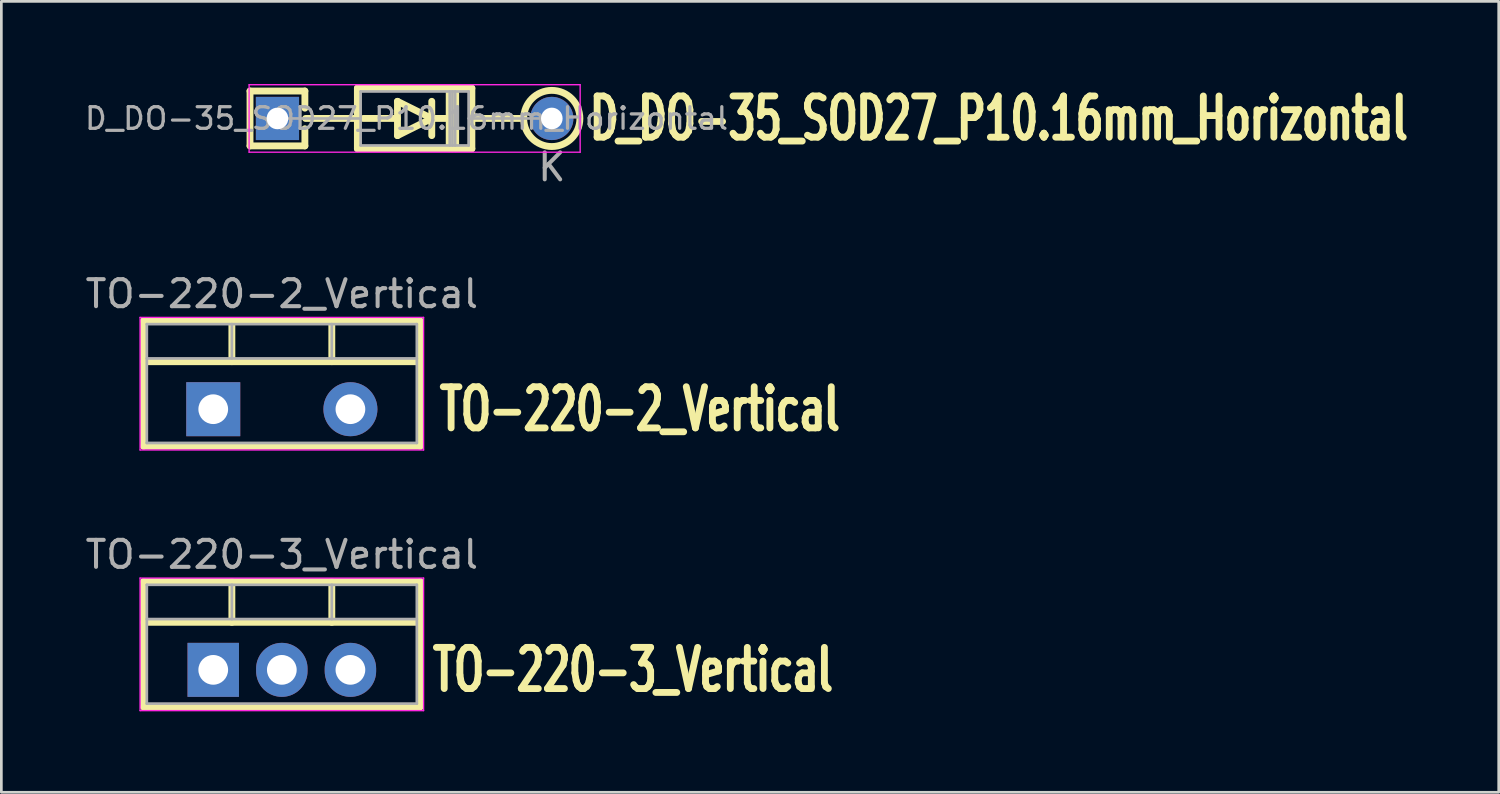
<source format=kicad_pcb>
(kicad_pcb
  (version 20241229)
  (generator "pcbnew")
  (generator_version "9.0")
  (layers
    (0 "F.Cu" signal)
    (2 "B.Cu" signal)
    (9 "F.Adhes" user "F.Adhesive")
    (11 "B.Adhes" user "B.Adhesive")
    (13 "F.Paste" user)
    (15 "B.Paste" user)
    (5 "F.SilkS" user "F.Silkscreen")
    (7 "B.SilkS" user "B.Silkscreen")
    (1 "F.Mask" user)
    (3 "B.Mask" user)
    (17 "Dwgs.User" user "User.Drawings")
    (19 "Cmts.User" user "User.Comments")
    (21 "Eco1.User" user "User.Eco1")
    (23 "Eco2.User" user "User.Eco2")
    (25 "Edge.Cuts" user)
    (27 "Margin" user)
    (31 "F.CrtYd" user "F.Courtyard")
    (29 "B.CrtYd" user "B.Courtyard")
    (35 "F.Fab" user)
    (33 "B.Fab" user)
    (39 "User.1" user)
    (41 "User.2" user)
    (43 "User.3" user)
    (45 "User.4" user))
  (footprint "D_DO-35_SOD27_P10.16mm_Horizontal"
    (layer "F.Cu")
    (at 7.225 1.337)
    (property "Reference" "D_DO-35_SOD27_P10.16mm_Horizontal" (at 11.43 0 0) (layer "F.SilkS") (effects (font (size 1.524 1.016) (thickness 0.254)) (justify left)))
    (attr through_hole)
    (fp_line (start -1.016 -1.016) (end -1.016 1.016) (stroke (width 0.254) (type solid)) (layer "F.SilkS"))
    (fp_line (start -1.016 1.016) (end 1.016 1.016) (stroke (width 0.254) (type solid)) (layer "F.SilkS"))
    (fp_line (start 1.016 -1.016) (end -1.016 -1.016) (stroke (width 0.254) (type solid)) (layer "F.SilkS"))
    (fp_line (start 1.016 -0.381) (end 1.016 -1.016) (stroke (width 0.254) (type solid)) (layer "F.SilkS"))
    (fp_line (start 1.016 1.016) (end 1.016 0.381) (stroke (width 0.254) (type solid)) (layer "F.SilkS"))
    (fp_line (start 1.04 0) (end 2.96 0) (stroke (width 0.254) (type solid)) (layer "F.SilkS"))
    (fp_line (start 2.96 -1.12) (end 2.96 1.12) (stroke (width 0.254) (type solid)) (layer "F.SilkS"))
    (fp_line (start 2.96 1.12) (end 7.2 1.12) (stroke (width 0.254) (type solid)) (layer "F.SilkS"))
    (fp_line (start 4.445 -0.635) (end 5.715 0) (stroke (width 0.254) (type solid)) (layer "F.SilkS"))
    (fp_line (start 4.445 0) (end 3.175 0) (stroke (width 0.254) (type solid)) (layer "F.SilkS"))
    (fp_line (start 4.445 0.635) (end 4.445 -0.635) (stroke (width 0.254) (type solid)) (layer "F.SilkS"))
    (fp_line (start 5.715 0) (end 4.445 0.635) (stroke (width 0.254) (type solid)) (layer "F.SilkS"))
    (fp_line (start 5.715 0) (end 6.36 0) (stroke (width 0.254) (type solid)) (layer "F.SilkS"))
    (fp_line (start 5.715 0.635) (end 5.715 -0.635) (stroke (width 0.254) (type solid)) (layer "F.SilkS"))
    (fp_line (start 6.36 1.12) (end 6.36 -1.12) (stroke (width 0.254) (type solid)) (layer "F.SilkS"))
    (fp_line (start 6.48 1.12) (end 6.48 -1.12) (stroke (width 0.254) (type solid)) (layer "F.SilkS"))
    (fp_line (start 6.6 1.12) (end 6.6 -1.12) (stroke (width 0.254) (type solid)) (layer "F.SilkS"))
    (fp_line (start 7.2 -1.12) (end 2.96 -1.12) (stroke (width 0.254) (type solid)) (layer "F.SilkS"))
    (fp_line (start 7.2 1.12) (end 7.2 -1.12) (stroke (width 0.254) (type solid)) (layer "F.SilkS"))
    (fp_line (start 9.12 0) (end 7.2 0) (stroke (width 0.254) (type solid)) (layer "F.SilkS"))
    (fp_circle (center 10.16 0) (end 9.12 0) (stroke (width 0.254) (type solid)) (fill no) (layer "F.SilkS"))
    (fp_line (start -1.05 -1.25) (end -1.05 1.25) (stroke (width 0.05) (type solid)) (layer "F.CrtYd"))
    (fp_line (start -1.05 1.25) (end 11.21 1.25) (stroke (width 0.05) (type solid)) (layer "F.CrtYd"))
    (fp_line (start 11.21 -1.25) (end -1.05 -1.25) (stroke (width 0.05) (type solid)) (layer "F.CrtYd"))
    (fp_line (start 11.21 1.25) (end 11.21 -1.25) (stroke (width 0.05) (type solid)) (layer "F.CrtYd"))
    (fp_line (start 0 0) (end 3.08 0) (stroke (width 0.1) (type solid)) (layer "F.Fab"))
    (fp_line (start 3.08 -1) (end 3.08 1) (stroke (width 0.1) (type solid)) (layer "F.Fab"))
    (fp_line (start 3.08 1) (end 7.08 1) (stroke (width 0.1) (type solid)) (layer "F.Fab"))
    (fp_line (start 6.38 1) (end 6.38 -1) (stroke (width 0.1) (type solid)) (layer "F.Fab"))
    (fp_line (start 6.48 1) (end 6.48 -1) (stroke (width 0.1) (type solid)) (layer "F.Fab"))
    (fp_line (start 6.58 1) (end 6.58 -1) (stroke (width 0.1) (type solid)) (layer "F.Fab"))
    (fp_line (start 7.08 -1) (end 3.08 -1) (stroke (width 0.1) (type solid)) (layer "F.Fab"))
    (fp_line (start 7.08 1) (end 7.08 -1) (stroke (width 0.1) (type solid)) (layer "F.Fab"))
    (fp_line (start 10.16 0) (end 7.08 0) (stroke (width 0.1) (type solid)) (layer "F.Fab"))
    (fp_text user "K" (at 10.16 1.8 180) (layer "F.Fab") (effects (font (size 1 1) (thickness 0.15))))
    (fp_text user "${REFERENCE}" (at 4.78 0 180) (layer "F.Fab") (effects (font (size 0.8 0.8) (thickness 0.12))))
    (pad "1" thru_hole rect (at 0 0 180) (size 1.6 1.6) (drill 0.8) (layers "*.Cu" "*.Mask"))
    (pad "2" thru_hole oval (at 10.16 0 180) (size 1.6 1.6) (drill 0.8) (layers "*.Cu" "*.Mask")))
  (footprint "TO-220-2_Vertical"
    (layer "F.Cu")
    (at 4.847 12.104)
    (property "Reference" "TO-220-2_Vertical" (at 8.255 0 0) (layer "F.SilkS") (effects (font (size 1.524 1.016) (thickness 0.254)) (justify left)))
    (attr through_hole)
    (fp_line (start -2.58 -3.27) (end -2.58 1.371) (stroke (width 0.254) (type solid)) (layer "F.SilkS"))
    (fp_line (start -2.58 -3.27) (end 7.66 -3.27) (stroke (width 0.254) (type solid)) (layer "F.SilkS"))
    (fp_line (start -2.58 -1.76) (end 7.66 -1.76) (stroke (width 0.254) (type solid)) (layer "F.SilkS"))
    (fp_line (start -2.58 1.371) (end 7.66 1.371) (stroke (width 0.254) (type solid)) (layer "F.SilkS"))
    (fp_line (start 0.69 -3.27) (end 0.69 -1.76) (stroke (width 0.254) (type solid)) (layer "F.SilkS"))
    (fp_line (start 4.391 -3.27) (end 4.391 -1.76) (stroke (width 0.254) (type solid)) (layer "F.SilkS"))
    (fp_line (start 7.66 -3.27) (end 7.66 1.371) (stroke (width 0.254) (type solid)) (layer "F.SilkS"))
    (fp_line (start -2.71 -3.4) (end -2.71 1.51) (stroke (width 0.05) (type solid)) (layer "F.CrtYd"))
    (fp_line (start -2.71 1.51) (end 7.79 1.51) (stroke (width 0.05) (type solid)) (layer "F.CrtYd"))
    (fp_line (start 7.79 -3.4) (end -2.71 -3.4) (stroke (width 0.05) (type solid)) (layer "F.CrtYd"))
    (fp_line (start 7.79 1.51) (end 7.79 -3.4) (stroke (width 0.05) (type solid)) (layer "F.CrtYd"))
    (fp_line (start -2.46 -3.15) (end -2.46 1.25) (stroke (width 0.1) (type solid)) (layer "F.Fab"))
    (fp_line (start -2.46 -1.88) (end 7.54 -1.88) (stroke (width 0.1) (type solid)) (layer "F.Fab"))
    (fp_line (start -2.46 1.25) (end 7.54 1.25) (stroke (width 0.1) (type solid)) (layer "F.Fab"))
    (fp_line (start 0.69 -3.15) (end 0.69 -1.88) (stroke (width 0.1) (type solid)) (layer "F.Fab"))
    (fp_line (start 4.39 -3.15) (end 4.39 -1.88) (stroke (width 0.1) (type solid)) (layer "F.Fab"))
    (fp_line (start 7.54 -3.15) (end -2.46 -3.15) (stroke (width 0.1) (type solid)) (layer "F.Fab"))
    (fp_line (start 7.54 1.25) (end 7.54 -3.15) (stroke (width 0.1) (type solid)) (layer "F.Fab"))
    (fp_text user "${REFERENCE}" (at 2.54 -4.27 0) (layer "F.Fab") (effects (font (size 1 1) (thickness 0.15))))
    (pad "1" thru_hole oval (at 5.08 0) (size 2 2) (drill 1.1) (layers "*.Cu" "*.Mask"))
    (pad "2" thru_hole rect (at 0 0) (size 2 2) (drill 1.1) (layers "*.Cu" "*.Mask")))
  (footprint "TO-220-3_Vertical"
    (layer "F.Cu")
    (at 4.847 21.757)
    (property "Reference" "TO-220-3_Vertical" (at 8 0 0) (layer "F.SilkS") (effects (font (size 1.524 1.016) (thickness 0.254)) (justify left)))
    (attr through_hole)
    (fp_line (start -2.58 -3.27) (end -2.58 1.371) (stroke (width 0.254) (type solid)) (layer "F.SilkS"))
    (fp_line (start -2.58 -3.27) (end 7.66 -3.27) (stroke (width 0.254) (type solid)) (layer "F.SilkS"))
    (fp_line (start -2.58 -1.76) (end 7.66 -1.76) (stroke (width 0.254) (type solid)) (layer "F.SilkS"))
    (fp_line (start -2.58 1.371) (end 7.66 1.371) (stroke (width 0.254) (type solid)) (layer "F.SilkS"))
    (fp_line (start 0.69 -3.27) (end 0.69 -1.76) (stroke (width 0.254) (type solid)) (layer "F.SilkS"))
    (fp_line (start 4.391 -3.27) (end 4.391 -1.76) (stroke (width 0.254) (type solid)) (layer "F.SilkS"))
    (fp_line (start 7.66 -3.27) (end 7.66 1.371) (stroke (width 0.254) (type solid)) (layer "F.SilkS"))
    (fp_line (start -2.71 -3.4) (end -2.71 1.51) (stroke (width 0.05) (type solid)) (layer "F.CrtYd"))
    (fp_line (start -2.71 1.51) (end 7.79 1.51) (stroke (width 0.05) (type solid)) (layer "F.CrtYd"))
    (fp_line (start 7.79 -3.4) (end -2.71 -3.4) (stroke (width 0.05) (type solid)) (layer "F.CrtYd"))
    (fp_line (start 7.79 1.51) (end 7.79 -3.4) (stroke (width 0.05) (type solid)) (layer "F.CrtYd"))
    (fp_line (start -2.46 -3.15) (end -2.46 1.25) (stroke (width 0.1) (type solid)) (layer "F.Fab"))
    (fp_line (start -2.46 -1.88) (end 7.54 -1.88) (stroke (width 0.1) (type solid)) (layer "F.Fab"))
    (fp_line (start -2.46 1.25) (end 7.54 1.25) (stroke (width 0.1) (type solid)) (layer "F.Fab"))
    (fp_line (start 0.69 -3.15) (end 0.69 -1.88) (stroke (width 0.1) (type solid)) (layer "F.Fab"))
    (fp_line (start 4.39 -3.15) (end 4.39 -1.88) (stroke (width 0.1) (type solid)) (layer "F.Fab"))
    (fp_line (start 7.54 -3.15) (end -2.46 -3.15) (stroke (width 0.1) (type solid)) (layer "F.Fab"))
    (fp_line (start 7.54 1.25) (end 7.54 -3.15) (stroke (width 0.1) (type solid)) (layer "F.Fab"))
    (fp_text user "${REFERENCE}" (at 2.54 -4.27 0) (layer "F.Fab") (effects (font (size 1 1) (thickness 0.15))))
    (pad "1" thru_hole oval (at 2.54 0) (size 1.905 2) (drill 1.1) (layers "*.Cu" "*.Mask"))
    (pad "2" thru_hole rect (at 0 0) (size 1.905 2) (drill 1.1) (layers "*.Cu" "*.Mask"))
    (pad "3" thru_hole oval (at 5.08 0) (size 1.905 2) (drill 1.1) (layers "*.Cu" "*.Mask")))
  (gr_rect
    (start -3 -3)
    (end 52.452 26.292)
    (stroke (width 0.1) (type default))
    (fill no)
    (layer "Edge.Cuts")))
</source>
